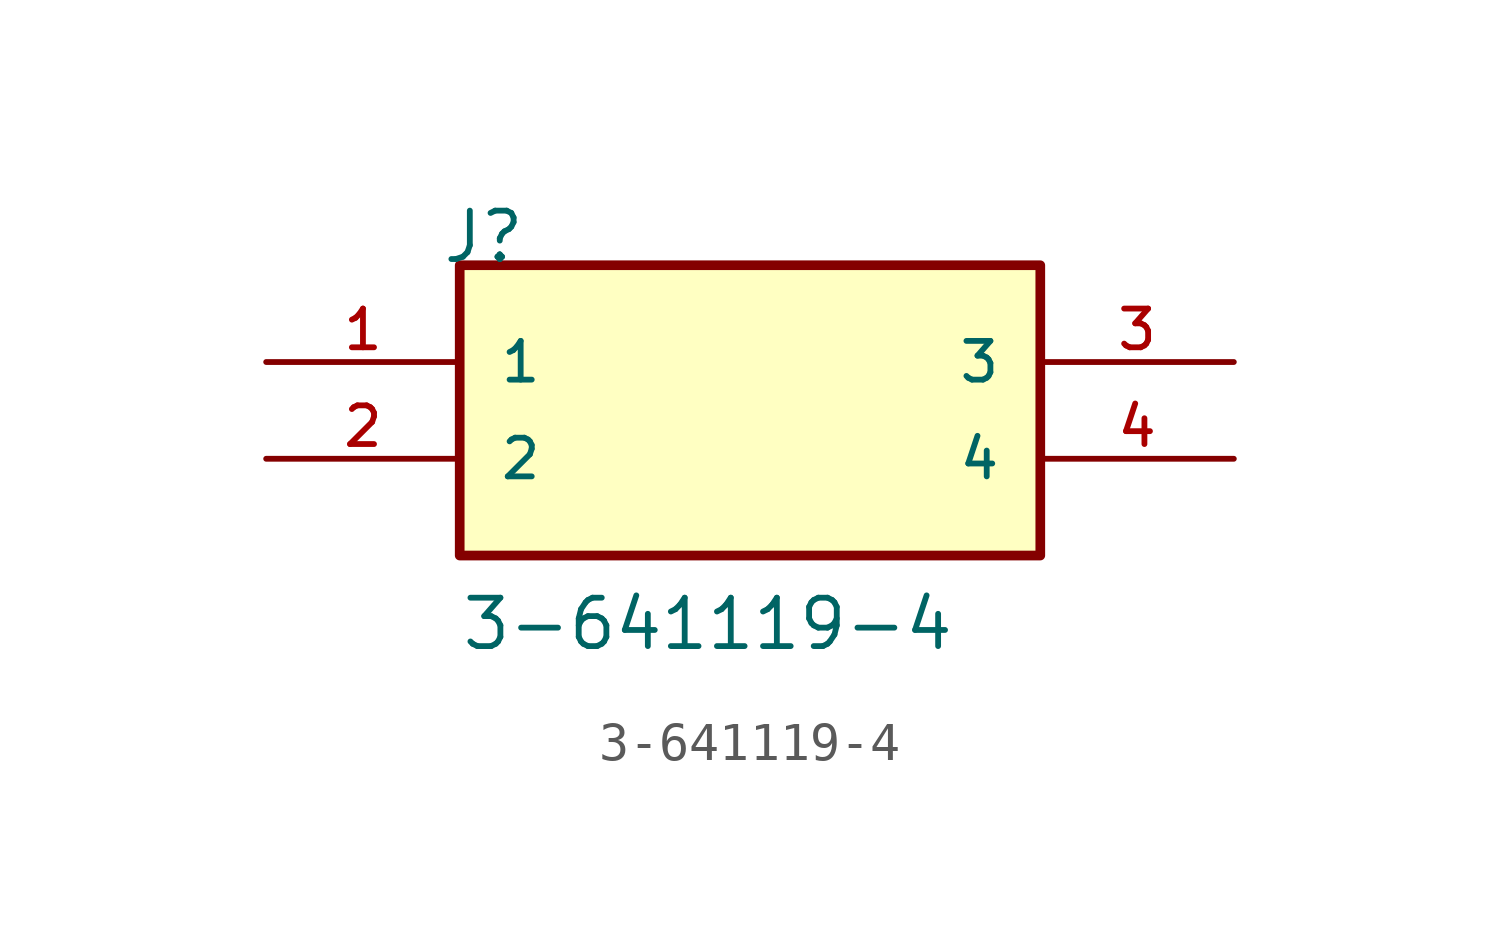
<source format=kicad_sym>
(kicad_symbol_lib
  (version 20211014)
  (generator kicad_symbol_editor)
  (symbol "3-641119-4"
    (pin_names
      (offset 1.016))
    (property "Reference" "J"
      (at -8.12 5.08 0)
      (effects (font (size 1.27 1.27)) (justify bottom left)))
    (property "Value" "3-641119-4"
      (at -7.62 -5.08 0)
      (effects (font (size 1.27 1.27)) (justify bottom left)))
    (symbol "3-641119-4_0_0"
      (rectangle (start -7.62 -2.54) (end 7.62 5.08) (stroke (width 0.254)) (fill (type background)))
      (pin passive line (at -12.7 2.54 0) (length 5.08) (name "1" (effects (font (size 1.016 1.016)))) (number "1" (effects (font (size 1.016 1.016)))))
      (pin passive line (at -12.7 0.0 0) (length 5.08) (name "2" (effects (font (size 1.016 1.016)))) (number "2" (effects (font (size 1.016 1.016)))))
      (pin passive line (at 12.7 2.54 180.0) (length 5.08) (name "3" (effects (font (size 1.016 1.016)))) (number "3" (effects (font (size 1.016 1.016)))))
      (pin passive line (at 12.7 0.0 180.0) (length 5.08) (name "4" (effects (font (size 1.016 1.016)))) (number "4" (effects (font (size 1.016 1.016))))))))
</source>
